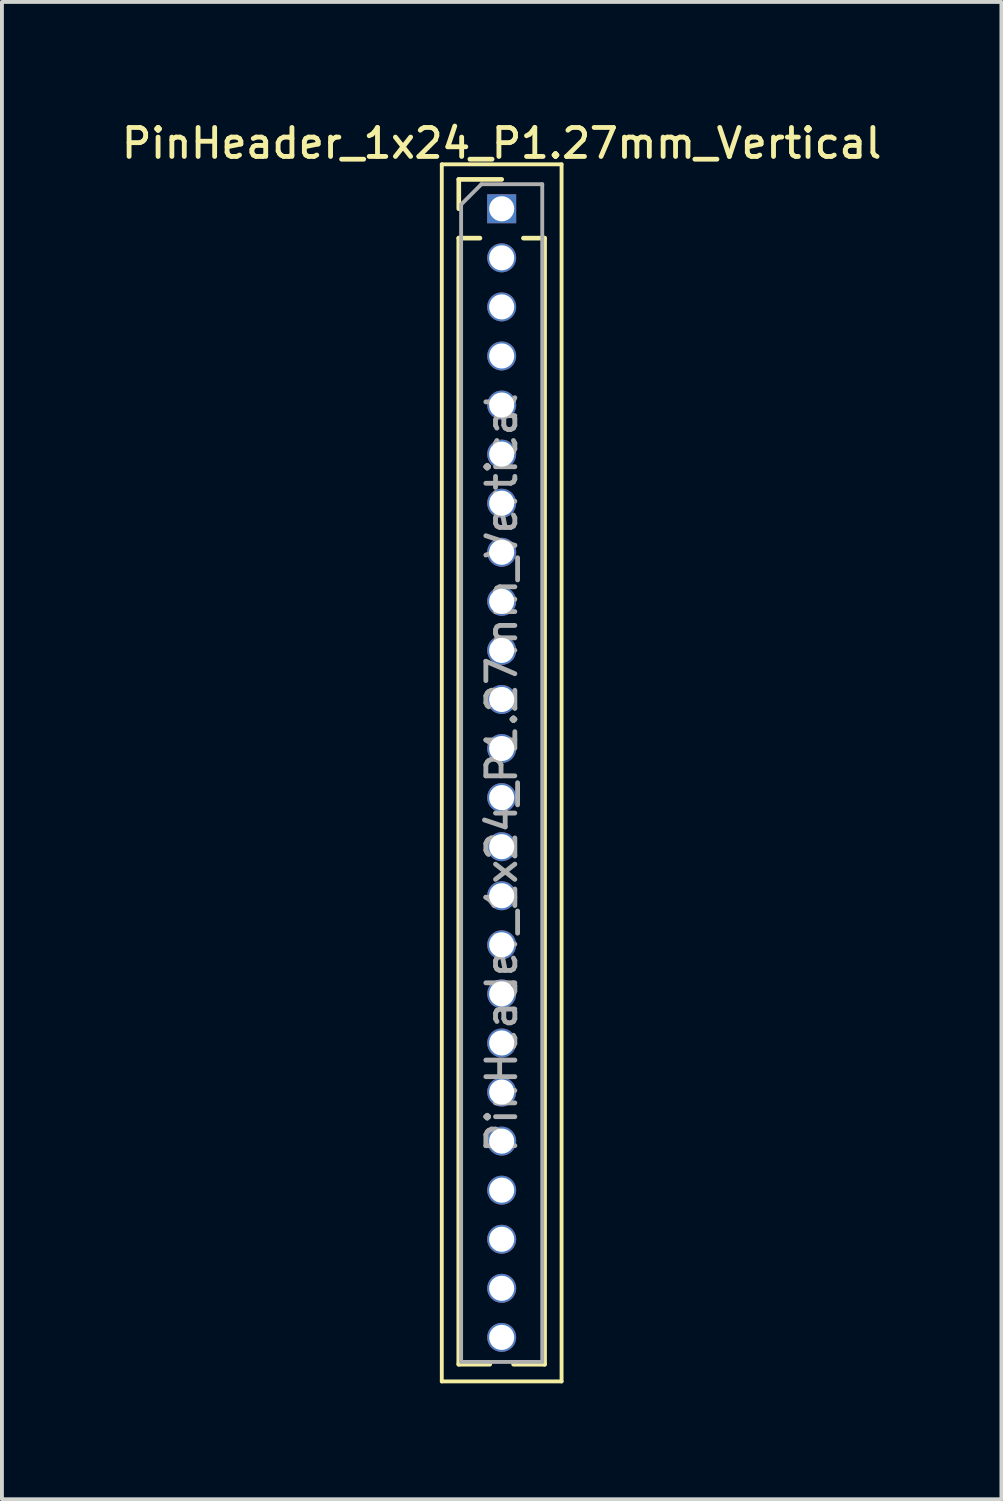
<source format=kicad_pcb>
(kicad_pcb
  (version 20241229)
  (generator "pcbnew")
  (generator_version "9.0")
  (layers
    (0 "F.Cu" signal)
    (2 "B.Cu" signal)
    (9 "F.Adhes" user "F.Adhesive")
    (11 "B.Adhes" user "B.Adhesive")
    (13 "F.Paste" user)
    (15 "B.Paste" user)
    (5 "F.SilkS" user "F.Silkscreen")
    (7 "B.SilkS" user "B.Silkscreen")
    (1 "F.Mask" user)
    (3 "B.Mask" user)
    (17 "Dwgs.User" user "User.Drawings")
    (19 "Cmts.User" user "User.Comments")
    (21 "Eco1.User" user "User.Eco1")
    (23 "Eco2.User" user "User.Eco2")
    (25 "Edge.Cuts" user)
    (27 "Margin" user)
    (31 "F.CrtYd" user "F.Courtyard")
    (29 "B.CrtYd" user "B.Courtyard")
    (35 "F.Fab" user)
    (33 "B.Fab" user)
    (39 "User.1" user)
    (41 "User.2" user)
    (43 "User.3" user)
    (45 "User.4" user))
  (footprint "PinHeader_1x24_P1.27mm_Vertical"
    (layer "F.Cu")
    (at 9.934 2.353)
    (property "Reference" "PinHeader_1x24_P1.27mm_Vertical" (at 0 -1.695 0) (layer "F.SilkS") (effects (font (size 0.75 0.75) (thickness 0.125))))
    (attr through_hole)
    (fp_line (start -1.55 -1.15) (end -1.55 30.35) (stroke (width 0.1) (type solid)) (layer "F.SilkS"))
    (fp_line (start -1.55 30.35) (end 1.55 30.35) (stroke (width 0.1) (type solid)) (layer "F.SilkS"))
    (fp_line (start -1.11 -0.76) (end 0 -0.76) (stroke (width 0.12) (type solid)) (layer "F.SilkS"))
    (fp_line (start -1.11 0) (end -1.11 -0.76) (stroke (width 0.12) (type solid)) (layer "F.SilkS"))
    (fp_line (start -1.11 0.76) (end -1.11 29.905) (stroke (width 0.12) (type solid)) (layer "F.SilkS"))
    (fp_line (start -1.11 0.76) (end -0.563 0.76) (stroke (width 0.12) (type solid)) (layer "F.SilkS"))
    (fp_line (start -1.11 29.905) (end -0.308 29.905) (stroke (width 0.12) (type solid)) (layer "F.SilkS"))
    (fp_line (start 0.308 29.905) (end 1.11 29.905) (stroke (width 0.12) (type solid)) (layer "F.SilkS"))
    (fp_line (start 0.563 0.76) (end 1.11 0.76) (stroke (width 0.12) (type solid)) (layer "F.SilkS"))
    (fp_line (start 1.11 0.76) (end 1.11 29.905) (stroke (width 0.12) (type solid)) (layer "F.SilkS"))
    (fp_line (start 1.55 -1.15) (end -1.55 -1.15) (stroke (width 0.1) (type solid)) (layer "F.SilkS"))
    (fp_line (start 1.55 30.35) (end 1.55 -1.15) (stroke (width 0.1) (type solid)) (layer "F.SilkS"))
    (fp_line (start -1.05 -0.11) (end -0.525 -0.635) (stroke (width 0.1) (type solid)) (layer "F.Fab"))
    (fp_line (start -1.05 29.845) (end -1.05 -0.11) (stroke (width 0.1) (type solid)) (layer "F.Fab"))
    (fp_line (start -0.525 -0.635) (end 1.05 -0.635) (stroke (width 0.1) (type solid)) (layer "F.Fab"))
    (fp_line (start 1.05 -0.635) (end 1.05 29.845) (stroke (width 0.1) (type solid)) (layer "F.Fab"))
    (fp_line (start 1.05 29.845) (end -1.05 29.845) (stroke (width 0.1) (type solid)) (layer "F.Fab"))
    (fp_text user "${REFERENCE}" (at 0 14.605 90) (layer "F.Fab") (effects (font (size 0.75 0.75) (thickness 0.125))))
    (pad "1" thru_hole rect (at 0 0) (size 0.75 0.75) (drill 0.65) (layers "*.Cu" "*.Mask"))
    (pad "2" thru_hole oval (at 0 1.27) (size 0.75 0.75) (drill 0.65) (layers "*.Cu" "*.Mask"))
    (pad "3" thru_hole oval (at 0 2.54) (size 0.75 0.75) (drill 0.65) (layers "*.Cu" "*.Mask"))
    (pad "4" thru_hole oval (at 0 3.81) (size 0.75 0.75) (drill 0.65) (layers "*.Cu" "*.Mask"))
    (pad "5" thru_hole oval (at 0 5.08) (size 0.75 0.75) (drill 0.65) (layers "*.Cu" "*.Mask"))
    (pad "6" thru_hole oval (at 0 6.35) (size 0.75 0.75) (drill 0.65) (layers "*.Cu" "*.Mask"))
    (pad "7" thru_hole oval (at 0 7.62) (size 0.75 0.75) (drill 0.65) (layers "*.Cu" "*.Mask"))
    (pad "8" thru_hole oval (at 0 8.89) (size 0.75 0.75) (drill 0.65) (layers "*.Cu" "*.Mask"))
    (pad "9" thru_hole oval (at 0 10.16) (size 0.75 0.75) (drill 0.65) (layers "*.Cu" "*.Mask"))
    (pad "10" thru_hole oval (at 0 11.43) (size 0.75 0.75) (drill 0.65) (layers "*.Cu" "*.Mask"))
    (pad "11" thru_hole oval (at 0 12.7) (size 0.75 0.75) (drill 0.65) (layers "*.Cu" "*.Mask"))
    (pad "12" thru_hole oval (at 0 13.97) (size 0.75 0.75) (drill 0.65) (layers "*.Cu" "*.Mask"))
    (pad "13" thru_hole oval (at 0 15.24) (size 0.75 0.75) (drill 0.65) (layers "*.Cu" "*.Mask"))
    (pad "14" thru_hole oval (at 0 16.51) (size 0.75 0.75) (drill 0.65) (layers "*.Cu" "*.Mask"))
    (pad "15" thru_hole oval (at 0 17.78) (size 0.75 0.75) (drill 0.65) (layers "*.Cu" "*.Mask"))
    (pad "16" thru_hole oval (at 0 19.05) (size 0.75 0.75) (drill 0.65) (layers "*.Cu" "*.Mask"))
    (pad "17" thru_hole oval (at 0 20.32) (size 0.75 0.75) (drill 0.65) (layers "*.Cu" "*.Mask"))
    (pad "18" thru_hole oval (at 0 21.59) (size 0.75 0.75) (drill 0.65) (layers "*.Cu" "*.Mask"))
    (pad "19" thru_hole oval (at 0 22.86) (size 0.75 0.75) (drill 0.65) (layers "*.Cu" "*.Mask"))
    (pad "20" thru_hole oval (at 0 24.13) (size 0.75 0.75) (drill 0.65) (layers "*.Cu" "*.Mask"))
    (pad "21" thru_hole oval (at 0 25.4) (size 0.75 0.75) (drill 0.65) (layers "*.Cu" "*.Mask"))
    (pad "22" thru_hole oval (at 0 26.67) (size 0.75 0.75) (drill 0.65) (layers "*.Cu" "*.Mask"))
    (pad "23" thru_hole oval (at 0 27.94) (size 0.75 0.75) (drill 0.65) (layers "*.Cu" "*.Mask"))
    (pad "24" thru_hole oval (at 0 29.21) (size 0.75 0.75) (drill 0.65) (layers "*.Cu" "*.Mask")))
  (gr_rect
    (start -3 -3)
    (end 22.868 35.753)
    (stroke (width 0.1) (type default))
    (fill no)
    (layer "Edge.Cuts")))
</source>
